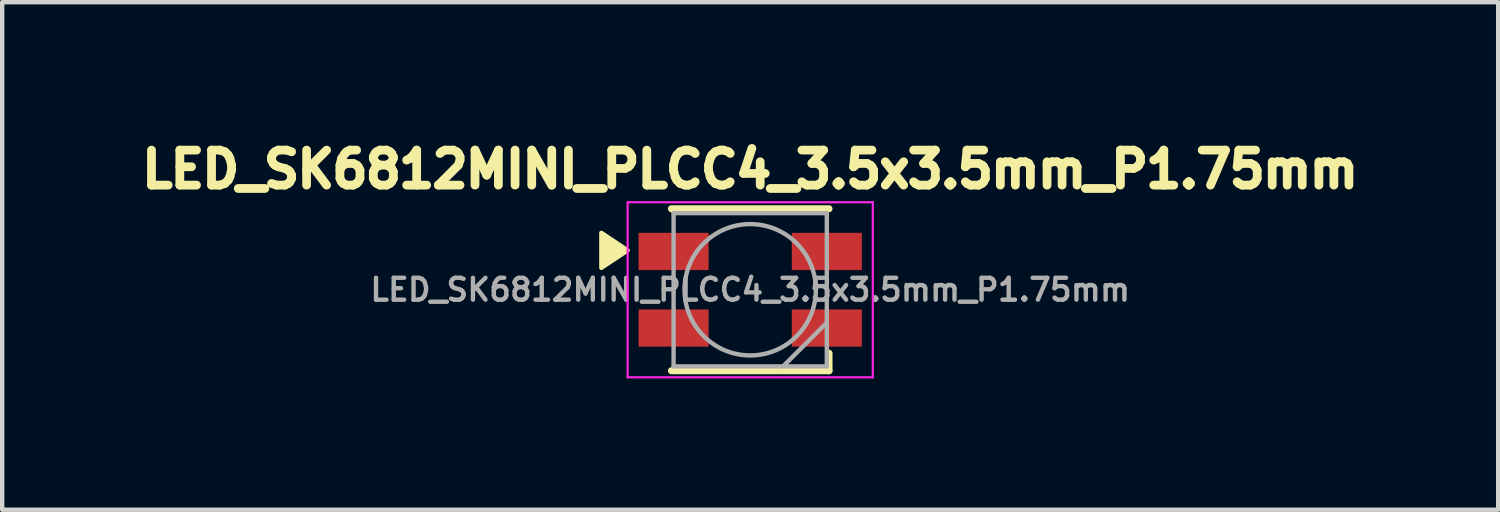
<source format=kicad_pcb>
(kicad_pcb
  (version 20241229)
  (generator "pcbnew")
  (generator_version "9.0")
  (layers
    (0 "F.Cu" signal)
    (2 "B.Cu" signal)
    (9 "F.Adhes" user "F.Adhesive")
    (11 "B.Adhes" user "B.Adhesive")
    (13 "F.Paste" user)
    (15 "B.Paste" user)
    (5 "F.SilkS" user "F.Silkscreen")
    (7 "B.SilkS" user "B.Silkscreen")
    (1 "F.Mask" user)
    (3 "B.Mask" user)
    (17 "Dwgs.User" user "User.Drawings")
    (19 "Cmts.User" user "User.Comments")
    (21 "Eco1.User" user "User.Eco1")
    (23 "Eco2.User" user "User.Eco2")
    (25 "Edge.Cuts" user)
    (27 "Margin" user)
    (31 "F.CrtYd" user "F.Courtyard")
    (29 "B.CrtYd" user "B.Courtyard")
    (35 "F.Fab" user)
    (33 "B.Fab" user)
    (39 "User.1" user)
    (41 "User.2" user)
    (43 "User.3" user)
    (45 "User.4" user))
  (footprint "LED_SK6812MINI_PLCC4_3.5x3.5mm_P1.75mm"
    (layer "F.Cu")
    (at 14.087 3.569)
    (property "Reference" "LED_SK6812MINI_PLCC4_3.5x3.5mm_P1.75mm" (at 0 -2.75 0) (layer "F.SilkS") (effects (font (size 0.8 0.8) (thickness 0.2))))
    (attr smd)
    (fp_line (start -1.8 -1.85) (end 1.8 -1.85) (stroke (width 0.16) (type solid)) (layer "F.SilkS"))
    (fp_line (start -1.8 1.85) (end 1.8 1.85) (stroke (width 0.16) (type solid)) (layer "F.SilkS"))
    (fp_line (start 1.8 1.85) (end 1.8 1.45) (stroke (width 0.16) (type solid)) (layer "F.SilkS"))
    (fp_poly (pts (xy -2.8 -0.9) (xy -3.4 -0.5) (xy -3.4 -1.3)) (stroke (width 0.1) (type solid)) (fill yes) (layer "F.SilkS"))
    (fp_line (start -2.8 -2) (end -2.8 2) (stroke (width 0.05) (type solid)) (layer "F.CrtYd"))
    (fp_line (start -2.8 2) (end 2.8 2) (stroke (width 0.05) (type solid)) (layer "F.CrtYd"))
    (fp_line (start 2.8 -2) (end -2.8 -2) (stroke (width 0.05) (type solid)) (layer "F.CrtYd"))
    (fp_line (start 2.8 2) (end 2.8 -2) (stroke (width 0.05) (type solid)) (layer "F.CrtYd"))
    (fp_line (start -1.75 -1.75) (end -1.75 1.75) (stroke (width 0.1) (type solid)) (layer "F.Fab"))
    (fp_line (start -1.75 1.75) (end 1.75 1.75) (stroke (width 0.1) (type solid)) (layer "F.Fab"))
    (fp_line (start 1.75 -1.75) (end -1.75 -1.75) (stroke (width 0.1) (type solid)) (layer "F.Fab"))
    (fp_line (start 1.75 0.75) (end 0.75 1.75) (stroke (width 0.1) (type solid)) (layer "F.Fab"))
    (fp_line (start 1.75 1.75) (end 1.75 -1.75) (stroke (width 0.1) (type solid)) (layer "F.Fab"))
    (fp_circle (center 0 0) (end 0 -1.5) (stroke (width 0.1) (type solid)) (fill no) (layer "F.Fab"))
    (fp_text user "${REFERENCE}" (at 0 0 0) (layer "F.Fab") (effects (font (size 0.5 0.5) (thickness 0.1))))
    (pad "1" smd rect (at -1.75 -0.875) (size 1.6 0.85) (layers "F.Cu" "F.Mask" "F.Paste"))
    (pad "2" smd rect (at -1.75 0.875) (size 1.6 0.85) (layers "F.Cu" "F.Mask" "F.Paste"))
    (pad "3" smd rect (at 1.75 0.875) (size 1.6 0.85) (layers "F.Cu" "F.Mask" "F.Paste"))
    (pad "4" smd rect (at 1.75 -0.875) (size 1.6 0.85) (layers "F.Cu" "F.Mask" "F.Paste")))
  (gr_rect
    (start -3 -3)
    (end 31.173 8.594)
    (stroke (width 0.1) (type default))
    (fill no)
    (layer "Edge.Cuts")))
</source>
